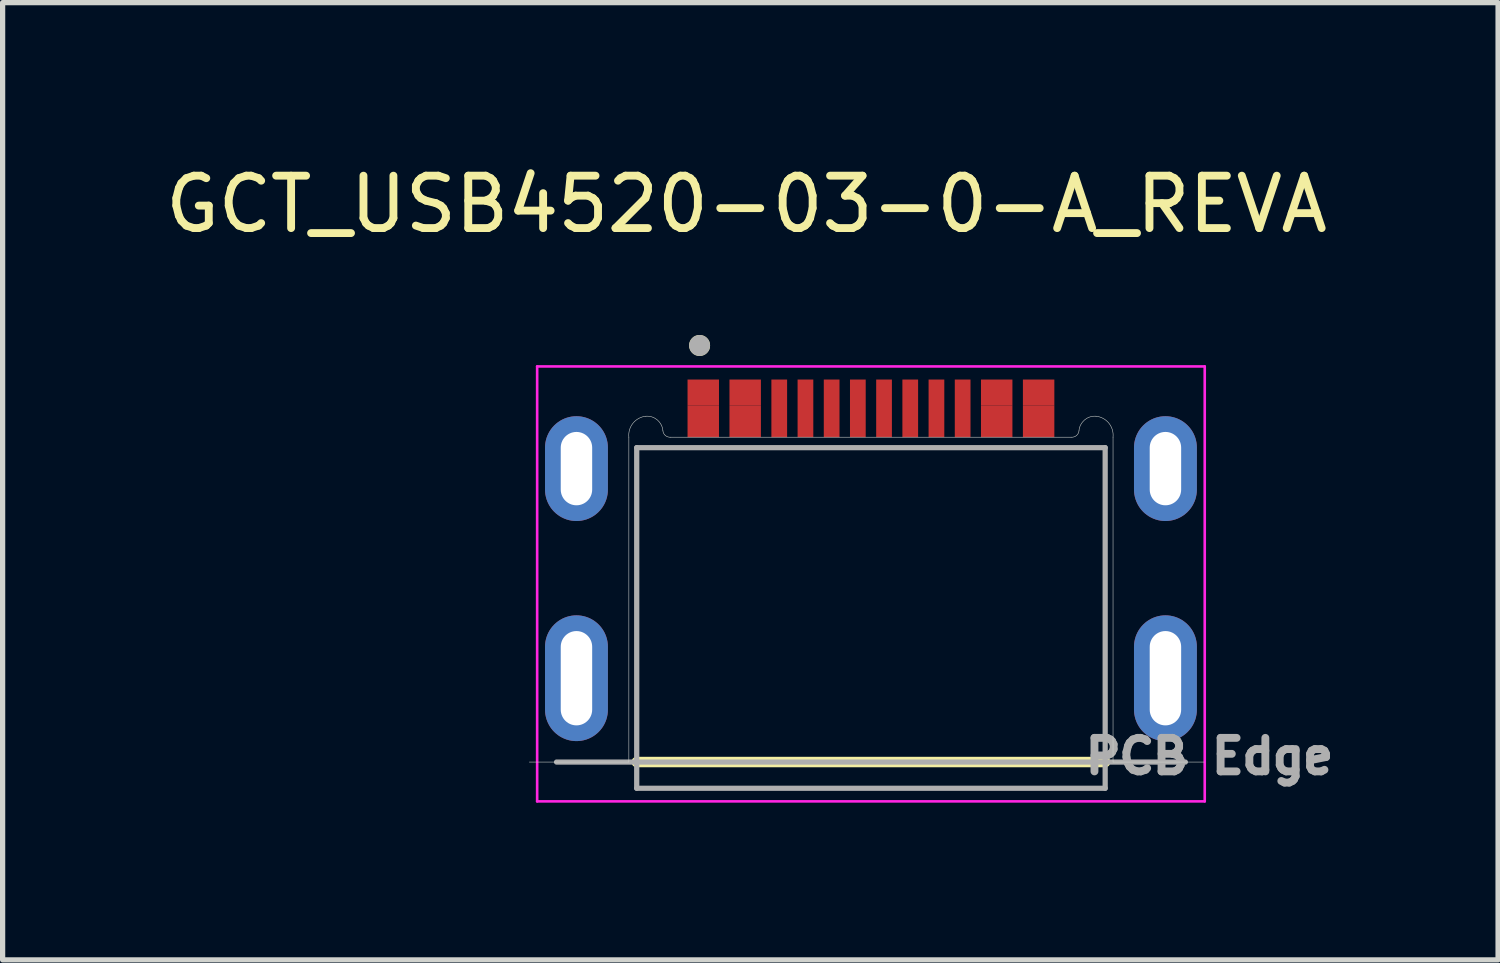
<source format=kicad_pcb>
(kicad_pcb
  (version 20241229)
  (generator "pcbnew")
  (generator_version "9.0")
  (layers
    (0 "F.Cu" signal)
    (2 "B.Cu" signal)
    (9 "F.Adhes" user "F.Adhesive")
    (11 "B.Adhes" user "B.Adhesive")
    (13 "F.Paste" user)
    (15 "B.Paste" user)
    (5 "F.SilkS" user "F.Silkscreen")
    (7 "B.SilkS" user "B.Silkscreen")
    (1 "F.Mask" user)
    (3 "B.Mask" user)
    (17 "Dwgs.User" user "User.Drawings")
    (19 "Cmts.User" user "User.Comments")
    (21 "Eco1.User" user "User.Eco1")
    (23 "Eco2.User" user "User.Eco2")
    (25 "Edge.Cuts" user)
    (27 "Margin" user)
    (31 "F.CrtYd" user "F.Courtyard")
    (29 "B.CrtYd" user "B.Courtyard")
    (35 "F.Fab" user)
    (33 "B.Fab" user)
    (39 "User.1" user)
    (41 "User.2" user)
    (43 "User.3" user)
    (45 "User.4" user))
  (footprint "GCT_USB4520-03-0-A_REVA"
    (layer "F.Cu")
    (at 13.571 9.893)
    (property "Reference" "GCT_USB4520-03-0-A_REVA" (at -2.375 -9.045 0) (layer "F.SilkS") (effects (font (size 1 1) (thickness 0.15))))
    (attr smd)
    (fp_poly (pts (xy -6.22 -3.6) (xy -6.22 -4.4) (xy -6.219 -4.431) (xy -6.217 -4.463) (xy -6.213 -4.494) (xy -6.207 -4.525) (xy -6.2 -4.555) (xy -6.191 -4.585) (xy -6.18 -4.615) (xy -6.168 -4.644) (xy -6.155 -4.672) (xy -6.14 -4.7) (xy -6.123 -4.727) (xy -6.105 -4.753) (xy -6.086 -4.778) (xy -6.066 -4.801) (xy -6.044 -4.824) (xy -6.021 -4.846) (xy -5.998 -4.866) (xy -5.973 -4.885) (xy -5.947 -4.903) (xy -5.92 -4.92) (xy -5.892 -4.935) (xy -5.864 -4.948) (xy -5.835 -4.96) (xy -5.805 -4.971) (xy -5.775 -4.98) (xy -5.745 -4.987) (xy -5.714 -4.993) (xy -5.683 -4.997) (xy -5.651 -4.999) (xy -5.62 -5) (xy -5.589 -4.999) (xy -5.557 -4.997) (xy -5.526 -4.993) (xy -5.495 -4.987) (xy -5.465 -4.98) (xy -5.435 -4.971) (xy -5.405 -4.96) (xy -5.376 -4.948) (xy -5.348 -4.935) (xy -5.32 -4.92) (xy -5.293 -4.903) (xy -5.267 -4.885) (xy -5.242 -4.866) (xy -5.219 -4.846) (xy -5.196 -4.824) (xy -5.174 -4.801) (xy -5.154 -4.778) (xy -5.135 -4.753) (xy -5.117 -4.727) (xy -5.1 -4.7) (xy -5.085 -4.672) (xy -5.072 -4.644) (xy -5.06 -4.615) (xy -5.049 -4.585) (xy -5.04 -4.555) (xy -5.033 -4.525) (xy -5.027 -4.494) (xy -5.023 -4.463) (xy -5.021 -4.431) (xy -5.02 -4.4) (xy -5.02 -3.6) (xy -5.021 -3.569) (xy -5.023 -3.537) (xy -5.027 -3.506) (xy -5.033 -3.475) (xy -5.04 -3.445) (xy -5.049 -3.415) (xy -5.06 -3.385) (xy -5.072 -3.356) (xy -5.085 -3.328) (xy -5.1 -3.3) (xy -5.117 -3.273) (xy -5.135 -3.247) (xy -5.154 -3.222) (xy -5.174 -3.199) (xy -5.196 -3.176) (xy -5.219 -3.154) (xy -5.242 -3.134) (xy -5.267 -3.115) (xy -5.293 -3.097) (xy -5.32 -3.08) (xy -5.348 -3.065) (xy -5.376 -3.052) (xy -5.405 -3.04) (xy -5.435 -3.029) (xy -5.465 -3.02) (xy -5.495 -3.013) (xy -5.526 -3.007) (xy -5.557 -3.003) (xy -5.589 -3.001) (xy -5.62 -3) (xy -5.651 -3.001) (xy -5.683 -3.003) (xy -5.714 -3.007) (xy -5.745 -3.013) (xy -5.775 -3.02) (xy -5.805 -3.029) (xy -5.835 -3.04) (xy -5.864 -3.052) (xy -5.892 -3.065) (xy -5.92 -3.08) (xy -5.947 -3.097) (xy -5.973 -3.115) (xy -5.998 -3.134) (xy -6.021 -3.154) (xy -6.044 -3.176) (xy -6.066 -3.199) (xy -6.086 -3.222) (xy -6.105 -3.247) (xy -6.123 -3.273) (xy -6.14 -3.3) (xy -6.155 -3.328) (xy -6.168 -3.356) (xy -6.18 -3.385) (xy -6.191 -3.415) (xy -6.2 -3.445) (xy -6.207 -3.475) (xy -6.213 -3.506) (xy -6.217 -3.537) (xy -6.219 -3.569) (xy -6.22 -3.6)) (stroke (width 0.01) (type solid)) (fill yes) (layer "F.Mask"))
    (fp_poly (pts (xy -6.22 0.6) (xy -6.22 -0.6) (xy -6.219 -0.631) (xy -6.217 -0.663) (xy -6.213 -0.694) (xy -6.207 -0.725) (xy -6.2 -0.755) (xy -6.191 -0.785) (xy -6.18 -0.815) (xy -6.168 -0.844) (xy -6.155 -0.872) (xy -6.14 -0.9) (xy -6.123 -0.927) (xy -6.105 -0.953) (xy -6.086 -0.978) (xy -6.066 -1.001) (xy -6.044 -1.024) (xy -6.021 -1.046) (xy -5.998 -1.066) (xy -5.973 -1.085) (xy -5.947 -1.103) (xy -5.92 -1.12) (xy -5.892 -1.135) (xy -5.864 -1.148) (xy -5.835 -1.16) (xy -5.805 -1.171) (xy -5.775 -1.18) (xy -5.745 -1.187) (xy -5.714 -1.193) (xy -5.683 -1.197) (xy -5.651 -1.199) (xy -5.62 -1.2) (xy -5.589 -1.199) (xy -5.557 -1.197) (xy -5.526 -1.193) (xy -5.495 -1.187) (xy -5.465 -1.18) (xy -5.435 -1.171) (xy -5.405 -1.16) (xy -5.376 -1.148) (xy -5.348 -1.135) (xy -5.32 -1.12) (xy -5.293 -1.103) (xy -5.267 -1.085) (xy -5.242 -1.066) (xy -5.219 -1.046) (xy -5.196 -1.024) (xy -5.174 -1.001) (xy -5.154 -0.978) (xy -5.135 -0.953) (xy -5.117 -0.927) (xy -5.1 -0.9) (xy -5.085 -0.872) (xy -5.072 -0.844) (xy -5.06 -0.815) (xy -5.049 -0.785) (xy -5.04 -0.755) (xy -5.033 -0.725) (xy -5.027 -0.694) (xy -5.023 -0.663) (xy -5.021 -0.631) (xy -5.02 -0.6) (xy -5.02 0.6) (xy -5.021 0.631) (xy -5.023 0.663) (xy -5.027 0.694) (xy -5.033 0.725) (xy -5.04 0.755) (xy -5.049 0.785) (xy -5.06 0.815) (xy -5.072 0.844) (xy -5.085 0.872) (xy -5.1 0.9) (xy -5.117 0.927) (xy -5.135 0.953) (xy -5.154 0.978) (xy -5.174 1.001) (xy -5.196 1.024) (xy -5.219 1.046) (xy -5.242 1.066) (xy -5.267 1.085) (xy -5.293 1.103) (xy -5.32 1.12) (xy -5.348 1.135) (xy -5.376 1.148) (xy -5.405 1.16) (xy -5.435 1.171) (xy -5.465 1.18) (xy -5.495 1.187) (xy -5.526 1.193) (xy -5.557 1.197) (xy -5.589 1.199) (xy -5.62 1.2) (xy -5.651 1.199) (xy -5.683 1.197) (xy -5.714 1.193) (xy -5.745 1.187) (xy -5.775 1.18) (xy -5.805 1.171) (xy -5.835 1.16) (xy -5.864 1.148) (xy -5.892 1.135) (xy -5.92 1.12) (xy -5.947 1.103) (xy -5.973 1.085) (xy -5.998 1.066) (xy -6.021 1.046) (xy -6.044 1.024) (xy -6.066 1.001) (xy -6.086 0.978) (xy -6.105 0.953) (xy -6.123 0.927) (xy -6.14 0.9) (xy -6.155 0.872) (xy -6.168 0.844) (xy -6.18 0.815) (xy -6.191 0.785) (xy -6.2 0.755) (xy -6.207 0.725) (xy -6.213 0.694) (xy -6.217 0.663) (xy -6.219 0.631) (xy -6.22 0.6)) (stroke (width 0.01) (type solid)) (fill yes) (layer "F.Mask"))
    (fp_poly (pts (xy 5.02 -3.6) (xy 5.02 -4.4) (xy 5.021 -4.431) (xy 5.023 -4.463) (xy 5.027 -4.494) (xy 5.033 -4.525) (xy 5.04 -4.555) (xy 5.049 -4.585) (xy 5.06 -4.615) (xy 5.072 -4.644) (xy 5.085 -4.672) (xy 5.1 -4.7) (xy 5.117 -4.727) (xy 5.135 -4.753) (xy 5.154 -4.778) (xy 5.174 -4.801) (xy 5.196 -4.824) (xy 5.219 -4.846) (xy 5.242 -4.866) (xy 5.267 -4.885) (xy 5.293 -4.903) (xy 5.32 -4.92) (xy 5.348 -4.935) (xy 5.376 -4.948) (xy 5.405 -4.96) (xy 5.435 -4.971) (xy 5.465 -4.98) (xy 5.495 -4.987) (xy 5.526 -4.993) (xy 5.557 -4.997) (xy 5.589 -4.999) (xy 5.62 -5) (xy 5.651 -4.999) (xy 5.683 -4.997) (xy 5.714 -4.993) (xy 5.745 -4.987) (xy 5.775 -4.98) (xy 5.805 -4.971) (xy 5.835 -4.96) (xy 5.864 -4.948) (xy 5.892 -4.935) (xy 5.92 -4.92) (xy 5.947 -4.903) (xy 5.973 -4.885) (xy 5.998 -4.866) (xy 6.021 -4.846) (xy 6.044 -4.824) (xy 6.066 -4.801) (xy 6.086 -4.778) (xy 6.105 -4.753) (xy 6.123 -4.727) (xy 6.14 -4.7) (xy 6.155 -4.672) (xy 6.168 -4.644) (xy 6.18 -4.615) (xy 6.191 -4.585) (xy 6.2 -4.555) (xy 6.207 -4.525) (xy 6.213 -4.494) (xy 6.217 -4.463) (xy 6.219 -4.431) (xy 6.22 -4.4) (xy 6.22 -3.6) (xy 6.219 -3.569) (xy 6.217 -3.537) (xy 6.213 -3.506) (xy 6.207 -3.475) (xy 6.2 -3.445) (xy 6.191 -3.415) (xy 6.18 -3.385) (xy 6.168 -3.356) (xy 6.155 -3.328) (xy 6.14 -3.3) (xy 6.123 -3.273) (xy 6.105 -3.247) (xy 6.086 -3.222) (xy 6.066 -3.199) (xy 6.044 -3.176) (xy 6.021 -3.154) (xy 5.998 -3.134) (xy 5.973 -3.115) (xy 5.947 -3.097) (xy 5.92 -3.08) (xy 5.892 -3.065) (xy 5.864 -3.052) (xy 5.835 -3.04) (xy 5.805 -3.029) (xy 5.775 -3.02) (xy 5.745 -3.013) (xy 5.714 -3.007) (xy 5.683 -3.003) (xy 5.651 -3.001) (xy 5.62 -3) (xy 5.589 -3.001) (xy 5.557 -3.003) (xy 5.526 -3.007) (xy 5.495 -3.013) (xy 5.465 -3.02) (xy 5.435 -3.029) (xy 5.405 -3.04) (xy 5.376 -3.052) (xy 5.348 -3.065) (xy 5.32 -3.08) (xy 5.293 -3.097) (xy 5.267 -3.115) (xy 5.242 -3.134) (xy 5.219 -3.154) (xy 5.196 -3.176) (xy 5.174 -3.199) (xy 5.154 -3.222) (xy 5.135 -3.247) (xy 5.117 -3.273) (xy 5.1 -3.3) (xy 5.085 -3.328) (xy 5.072 -3.356) (xy 5.06 -3.385) (xy 5.049 -3.415) (xy 5.04 -3.445) (xy 5.033 -3.475) (xy 5.027 -3.506) (xy 5.023 -3.537) (xy 5.021 -3.569) (xy 5.02 -3.6)) (stroke (width 0.01) (type solid)) (fill yes) (layer "F.Mask"))
    (fp_poly (pts (xy 5.02 0) (xy 5.02 -0.6) (xy 5.021 -0.631) (xy 5.023 -0.663) (xy 5.027 -0.694) (xy 5.033 -0.725) (xy 5.04 -0.755) (xy 5.049 -0.785) (xy 5.06 -0.815) (xy 5.072 -0.844) (xy 5.085 -0.872) (xy 5.1 -0.9) (xy 5.117 -0.927) (xy 5.135 -0.953) (xy 5.154 -0.978) (xy 5.174 -1.001) (xy 5.196 -1.024) (xy 5.219 -1.046) (xy 5.242 -1.066) (xy 5.267 -1.085) (xy 5.293 -1.103) (xy 5.32 -1.12) (xy 5.348 -1.135) (xy 5.376 -1.148) (xy 5.405 -1.16) (xy 5.435 -1.171) (xy 5.465 -1.18) (xy 5.495 -1.187) (xy 5.526 -1.193) (xy 5.557 -1.197) (xy 5.589 -1.199) (xy 5.62 -1.2) (xy 5.651 -1.199) (xy 5.683 -1.197) (xy 5.714 -1.193) (xy 5.745 -1.187) (xy 5.775 -1.18) (xy 5.805 -1.171) (xy 5.835 -1.16) (xy 5.864 -1.148) (xy 5.892 -1.135) (xy 5.92 -1.12) (xy 5.947 -1.103) (xy 5.973 -1.085) (xy 5.998 -1.066) (xy 6.021 -1.046) (xy 6.044 -1.024) (xy 6.066 -1.001) (xy 6.086 -0.978) (xy 6.105 -0.953) (xy 6.123 -0.927) (xy 6.14 -0.9) (xy 6.155 -0.872) (xy 6.168 -0.844) (xy 6.18 -0.815) (xy 6.191 -0.785) (xy 6.2 -0.755) (xy 6.207 -0.725) (xy 6.213 -0.694) (xy 6.217 -0.663) (xy 6.219 -0.631) (xy 6.22 -0.6) (xy 6.22 0) (xy 6.22 0.6) (xy 6.219 0.631) (xy 6.217 0.663) (xy 6.213 0.694) (xy 6.207 0.725) (xy 6.2 0.755) (xy 6.191 0.785) (xy 6.18 0.815) (xy 6.168 0.844) (xy 6.155 0.872) (xy 6.14 0.9) (xy 6.123 0.927) (xy 6.105 0.953) (xy 6.086 0.978) (xy 6.066 1.001) (xy 6.044 1.024) (xy 6.021 1.046) (xy 5.998 1.066) (xy 5.973 1.085) (xy 5.947 1.103) (xy 5.92 1.12) (xy 5.892 1.135) (xy 5.864 1.148) (xy 5.835 1.16) (xy 5.805 1.171) (xy 5.775 1.18) (xy 5.745 1.187) (xy 5.714 1.193) (xy 5.683 1.197) (xy 5.651 1.199) (xy 5.62 1.2) (xy 5.589 1.199) (xy 5.557 1.197) (xy 5.526 1.193) (xy 5.495 1.187) (xy 5.465 1.18) (xy 5.435 1.171) (xy 5.405 1.16) (xy 5.376 1.148) (xy 5.348 1.135) (xy 5.32 1.12) (xy 5.293 1.103) (xy 5.267 1.085) (xy 5.242 1.066) (xy 5.219 1.046) (xy 5.196 1.024) (xy 5.174 1.001) (xy 5.154 0.978) (xy 5.135 0.953) (xy 5.117 0.927) (xy 5.1 0.9) (xy 5.085 0.872) (xy 5.072 0.844) (xy 5.06 0.815) (xy 5.049 0.785) (xy 5.04 0.755) (xy 5.033 0.725) (xy 5.027 0.694) (xy 5.023 0.663) (xy 5.021 0.631) (xy 5.02 0.6) (xy 5.02 0)) (stroke (width 0.01) (type solid)) (fill yes) (layer "F.Mask"))
    (fp_poly (pts (xy -6.22 -3.6) (xy -6.22 -4.4) (xy -6.219 -4.431) (xy -6.217 -4.463) (xy -6.213 -4.494) (xy -6.207 -4.525) (xy -6.2 -4.555) (xy -6.191 -4.585) (xy -6.18 -4.615) (xy -6.168 -4.644) (xy -6.155 -4.672) (xy -6.14 -4.7) (xy -6.123 -4.727) (xy -6.105 -4.753) (xy -6.086 -4.778) (xy -6.066 -4.801) (xy -6.044 -4.824) (xy -6.021 -4.846) (xy -5.998 -4.866) (xy -5.973 -4.885) (xy -5.947 -4.903) (xy -5.92 -4.92) (xy -5.892 -4.935) (xy -5.864 -4.948) (xy -5.835 -4.96) (xy -5.805 -4.971) (xy -5.775 -4.98) (xy -5.745 -4.987) (xy -5.714 -4.993) (xy -5.683 -4.997) (xy -5.651 -4.999) (xy -5.62 -5) (xy -5.589 -4.999) (xy -5.557 -4.997) (xy -5.526 -4.993) (xy -5.495 -4.987) (xy -5.465 -4.98) (xy -5.435 -4.971) (xy -5.405 -4.96) (xy -5.376 -4.948) (xy -5.348 -4.935) (xy -5.32 -4.92) (xy -5.293 -4.903) (xy -5.267 -4.885) (xy -5.242 -4.866) (xy -5.219 -4.846) (xy -5.196 -4.824) (xy -5.174 -4.801) (xy -5.154 -4.778) (xy -5.135 -4.753) (xy -5.117 -4.727) (xy -5.1 -4.7) (xy -5.085 -4.672) (xy -5.072 -4.644) (xy -5.06 -4.615) (xy -5.049 -4.585) (xy -5.04 -4.555) (xy -5.033 -4.525) (xy -5.027 -4.494) (xy -5.023 -4.463) (xy -5.021 -4.431) (xy -5.02 -4.4) (xy -5.02 -3.6) (xy -5.021 -3.569) (xy -5.023 -3.537) (xy -5.027 -3.506) (xy -5.033 -3.475) (xy -5.04 -3.445) (xy -5.049 -3.415) (xy -5.06 -3.385) (xy -5.072 -3.356) (xy -5.085 -3.328) (xy -5.1 -3.3) (xy -5.117 -3.273) (xy -5.135 -3.247) (xy -5.154 -3.222) (xy -5.174 -3.199) (xy -5.196 -3.176) (xy -5.219 -3.154) (xy -5.242 -3.134) (xy -5.267 -3.115) (xy -5.293 -3.097) (xy -5.32 -3.08) (xy -5.348 -3.065) (xy -5.376 -3.052) (xy -5.405 -3.04) (xy -5.435 -3.029) (xy -5.465 -3.02) (xy -5.495 -3.013) (xy -5.526 -3.007) (xy -5.557 -3.003) (xy -5.589 -3.001) (xy -5.62 -3) (xy -5.651 -3.001) (xy -5.683 -3.003) (xy -5.714 -3.007) (xy -5.745 -3.013) (xy -5.775 -3.02) (xy -5.805 -3.029) (xy -5.835 -3.04) (xy -5.864 -3.052) (xy -5.892 -3.065) (xy -5.92 -3.08) (xy -5.947 -3.097) (xy -5.973 -3.115) (xy -5.998 -3.134) (xy -6.021 -3.154) (xy -6.044 -3.176) (xy -6.066 -3.199) (xy -6.086 -3.222) (xy -6.105 -3.247) (xy -6.123 -3.273) (xy -6.14 -3.3) (xy -6.155 -3.328) (xy -6.168 -3.356) (xy -6.18 -3.385) (xy -6.191 -3.415) (xy -6.2 -3.445) (xy -6.207 -3.475) (xy -6.213 -3.506) (xy -6.217 -3.537) (xy -6.219 -3.569) (xy -6.22 -3.6)) (stroke (width 0.01) (type solid)) (fill yes) (layer "B.Mask"))
    (fp_poly (pts (xy -6.22 0.6) (xy -6.22 -0.6) (xy -6.219 -0.631) (xy -6.217 -0.663) (xy -6.213 -0.694) (xy -6.207 -0.725) (xy -6.2 -0.755) (xy -6.191 -0.785) (xy -6.18 -0.815) (xy -6.168 -0.844) (xy -6.155 -0.872) (xy -6.14 -0.9) (xy -6.123 -0.927) (xy -6.105 -0.953) (xy -6.086 -0.978) (xy -6.066 -1.001) (xy -6.044 -1.024) (xy -6.021 -1.046) (xy -5.998 -1.066) (xy -5.973 -1.085) (xy -5.947 -1.103) (xy -5.92 -1.12) (xy -5.892 -1.135) (xy -5.864 -1.148) (xy -5.835 -1.16) (xy -5.805 -1.171) (xy -5.775 -1.18) (xy -5.745 -1.187) (xy -5.714 -1.193) (xy -5.683 -1.197) (xy -5.651 -1.199) (xy -5.62 -1.2) (xy -5.589 -1.199) (xy -5.557 -1.197) (xy -5.526 -1.193) (xy -5.495 -1.187) (xy -5.465 -1.18) (xy -5.435 -1.171) (xy -5.405 -1.16) (xy -5.376 -1.148) (xy -5.348 -1.135) (xy -5.32 -1.12) (xy -5.293 -1.103) (xy -5.267 -1.085) (xy -5.242 -1.066) (xy -5.219 -1.046) (xy -5.196 -1.024) (xy -5.174 -1.001) (xy -5.154 -0.978) (xy -5.135 -0.953) (xy -5.117 -0.927) (xy -5.1 -0.9) (xy -5.085 -0.872) (xy -5.072 -0.844) (xy -5.06 -0.815) (xy -5.049 -0.785) (xy -5.04 -0.755) (xy -5.033 -0.725) (xy -5.027 -0.694) (xy -5.023 -0.663) (xy -5.021 -0.631) (xy -5.02 -0.6) (xy -5.02 0.6) (xy -5.021 0.631) (xy -5.023 0.663) (xy -5.027 0.694) (xy -5.033 0.725) (xy -5.04 0.755) (xy -5.049 0.785) (xy -5.06 0.815) (xy -5.072 0.844) (xy -5.085 0.872) (xy -5.1 0.9) (xy -5.117 0.927) (xy -5.135 0.953) (xy -5.154 0.978) (xy -5.174 1.001) (xy -5.196 1.024) (xy -5.219 1.046) (xy -5.242 1.066) (xy -5.267 1.085) (xy -5.293 1.103) (xy -5.32 1.12) (xy -5.348 1.135) (xy -5.376 1.148) (xy -5.405 1.16) (xy -5.435 1.171) (xy -5.465 1.18) (xy -5.495 1.187) (xy -5.526 1.193) (xy -5.557 1.197) (xy -5.589 1.199) (xy -5.62 1.2) (xy -5.651 1.199) (xy -5.683 1.197) (xy -5.714 1.193) (xy -5.745 1.187) (xy -5.775 1.18) (xy -5.805 1.171) (xy -5.835 1.16) (xy -5.864 1.148) (xy -5.892 1.135) (xy -5.92 1.12) (xy -5.947 1.103) (xy -5.973 1.085) (xy -5.998 1.066) (xy -6.021 1.046) (xy -6.044 1.024) (xy -6.066 1.001) (xy -6.086 0.978) (xy -6.105 0.953) (xy -6.123 0.927) (xy -6.14 0.9) (xy -6.155 0.872) (xy -6.168 0.844) (xy -6.18 0.815) (xy -6.191 0.785) (xy -6.2 0.755) (xy -6.207 0.725) (xy -6.213 0.694) (xy -6.217 0.663) (xy -6.219 0.631) (xy -6.22 0.6)) (stroke (width 0.01) (type solid)) (fill yes) (layer "B.Mask"))
    (fp_poly (pts (xy 5.02 -3.6) (xy 5.02 -4.4) (xy 5.021 -4.431) (xy 5.023 -4.463) (xy 5.027 -4.494) (xy 5.033 -4.525) (xy 5.04 -4.555) (xy 5.049 -4.585) (xy 5.06 -4.615) (xy 5.072 -4.644) (xy 5.085 -4.672) (xy 5.1 -4.7) (xy 5.117 -4.727) (xy 5.135 -4.753) (xy 5.154 -4.778) (xy 5.174 -4.801) (xy 5.196 -4.824) (xy 5.219 -4.846) (xy 5.242 -4.866) (xy 5.267 -4.885) (xy 5.293 -4.903) (xy 5.32 -4.92) (xy 5.348 -4.935) (xy 5.376 -4.948) (xy 5.405 -4.96) (xy 5.435 -4.971) (xy 5.465 -4.98) (xy 5.495 -4.987) (xy 5.526 -4.993) (xy 5.557 -4.997) (xy 5.589 -4.999) (xy 5.62 -5) (xy 5.651 -4.999) (xy 5.683 -4.997) (xy 5.714 -4.993) (xy 5.745 -4.987) (xy 5.775 -4.98) (xy 5.805 -4.971) (xy 5.835 -4.96) (xy 5.864 -4.948) (xy 5.892 -4.935) (xy 5.92 -4.92) (xy 5.947 -4.903) (xy 5.973 -4.885) (xy 5.998 -4.866) (xy 6.021 -4.846) (xy 6.044 -4.824) (xy 6.066 -4.801) (xy 6.086 -4.778) (xy 6.105 -4.753) (xy 6.123 -4.727) (xy 6.14 -4.7) (xy 6.155 -4.672) (xy 6.168 -4.644) (xy 6.18 -4.615) (xy 6.191 -4.585) (xy 6.2 -4.555) (xy 6.207 -4.525) (xy 6.213 -4.494) (xy 6.217 -4.463) (xy 6.219 -4.431) (xy 6.22 -4.4) (xy 6.22 -3.6) (xy 6.219 -3.569) (xy 6.217 -3.537) (xy 6.213 -3.506) (xy 6.207 -3.475) (xy 6.2 -3.445) (xy 6.191 -3.415) (xy 6.18 -3.385) (xy 6.168 -3.356) (xy 6.155 -3.328) (xy 6.14 -3.3) (xy 6.123 -3.273) (xy 6.105 -3.247) (xy 6.086 -3.222) (xy 6.066 -3.199) (xy 6.044 -3.176) (xy 6.021 -3.154) (xy 5.998 -3.134) (xy 5.973 -3.115) (xy 5.947 -3.097) (xy 5.92 -3.08) (xy 5.892 -3.065) (xy 5.864 -3.052) (xy 5.835 -3.04) (xy 5.805 -3.029) (xy 5.775 -3.02) (xy 5.745 -3.013) (xy 5.714 -3.007) (xy 5.683 -3.003) (xy 5.651 -3.001) (xy 5.62 -3) (xy 5.589 -3.001) (xy 5.557 -3.003) (xy 5.526 -3.007) (xy 5.495 -3.013) (xy 5.465 -3.02) (xy 5.435 -3.029) (xy 5.405 -3.04) (xy 5.376 -3.052) (xy 5.348 -3.065) (xy 5.32 -3.08) (xy 5.293 -3.097) (xy 5.267 -3.115) (xy 5.242 -3.134) (xy 5.219 -3.154) (xy 5.196 -3.176) (xy 5.174 -3.199) (xy 5.154 -3.222) (xy 5.135 -3.247) (xy 5.117 -3.273) (xy 5.1 -3.3) (xy 5.085 -3.328) (xy 5.072 -3.356) (xy 5.06 -3.385) (xy 5.049 -3.415) (xy 5.04 -3.445) (xy 5.033 -3.475) (xy 5.027 -3.506) (xy 5.023 -3.537) (xy 5.021 -3.569) (xy 5.02 -3.6)) (stroke (width 0.01) (type solid)) (fill yes) (layer "B.Mask"))
    (fp_poly (pts (xy 5.02 0.6) (xy 5.02 -0.6) (xy 5.021 -0.631) (xy 5.023 -0.663) (xy 5.027 -0.694) (xy 5.033 -0.725) (xy 5.04 -0.755) (xy 5.049 -0.785) (xy 5.06 -0.815) (xy 5.072 -0.844) (xy 5.085 -0.872) (xy 5.1 -0.9) (xy 5.117 -0.927) (xy 5.135 -0.953) (xy 5.154 -0.978) (xy 5.174 -1.001) (xy 5.196 -1.024) (xy 5.219 -1.046) (xy 5.242 -1.066) (xy 5.267 -1.085) (xy 5.293 -1.103) (xy 5.32 -1.12) (xy 5.348 -1.135) (xy 5.376 -1.148) (xy 5.405 -1.16) (xy 5.435 -1.171) (xy 5.465 -1.18) (xy 5.495 -1.187) (xy 5.526 -1.193) (xy 5.557 -1.197) (xy 5.589 -1.199) (xy 5.62 -1.2) (xy 5.651 -1.199) (xy 5.683 -1.197) (xy 5.714 -1.193) (xy 5.745 -1.187) (xy 5.775 -1.18) (xy 5.805 -1.171) (xy 5.835 -1.16) (xy 5.864 -1.148) (xy 5.892 -1.135) (xy 5.92 -1.12) (xy 5.947 -1.103) (xy 5.973 -1.085) (xy 5.998 -1.066) (xy 6.021 -1.046) (xy 6.044 -1.024) (xy 6.066 -1.001) (xy 6.086 -0.978) (xy 6.105 -0.953) (xy 6.123 -0.927) (xy 6.14 -0.9) (xy 6.155 -0.872) (xy 6.168 -0.844) (xy 6.18 -0.815) (xy 6.191 -0.785) (xy 6.2 -0.755) (xy 6.207 -0.725) (xy 6.213 -0.694) (xy 6.217 -0.663) (xy 6.219 -0.631) (xy 6.22 -0.6) (xy 6.22 0.6) (xy 6.219 0.631) (xy 6.217 0.663) (xy 6.213 0.694) (xy 6.207 0.725) (xy 6.2 0.755) (xy 6.191 0.785) (xy 6.18 0.815) (xy 6.168 0.844) (xy 6.155 0.872) (xy 6.14 0.9) (xy 6.123 0.927) (xy 6.105 0.953) (xy 6.086 0.978) (xy 6.066 1.001) (xy 6.044 1.024) (xy 6.021 1.046) (xy 5.998 1.066) (xy 5.973 1.085) (xy 5.947 1.103) (xy 5.92 1.12) (xy 5.892 1.135) (xy 5.864 1.148) (xy 5.835 1.16) (xy 5.805 1.171) (xy 5.775 1.18) (xy 5.745 1.187) (xy 5.714 1.193) (xy 5.683 1.197) (xy 5.651 1.199) (xy 5.62 1.2) (xy 5.589 1.199) (xy 5.557 1.197) (xy 5.526 1.193) (xy 5.495 1.187) (xy 5.465 1.18) (xy 5.435 1.171) (xy 5.405 1.16) (xy 5.376 1.148) (xy 5.348 1.135) (xy 5.32 1.12) (xy 5.293 1.103) (xy 5.267 1.085) (xy 5.242 1.066) (xy 5.219 1.046) (xy 5.196 1.024) (xy 5.174 1.001) (xy 5.154 0.978) (xy 5.135 0.953) (xy 5.117 0.927) (xy 5.1 0.9) (xy 5.085 0.872) (xy 5.072 0.844) (xy 5.06 0.815) (xy 5.049 0.785) (xy 5.04 0.755) (xy 5.033 0.725) (xy 5.027 0.694) (xy 5.023 0.663) (xy 5.021 0.631) (xy 5.02 0.6)) (stroke (width 0.01) (type solid)) (fill yes) (layer "B.Mask"))
    (fp_line (start -4.47 1.6) (end 4.47 1.6) (stroke (width 0.2) (type solid)) (layer "F.SilkS"))
    (fp_circle (center -3.27 -6.35) (end -3.17 -6.35) (stroke (width 0.2) (type solid)) (fill no) (layer "F.SilkS"))
    (fp_line (start -6.52 1.6) (end -4.62 1.6) (stroke (width 0.01) (type solid)) (layer "Edge.Cuts"))
    (fp_line (start -4.62 1.6) (end -4.62 -4.6) (stroke (width 0.01) (type solid)) (layer "Edge.Cuts"))
    (fp_line (start -3.82 -4.6) (end 3.82 -4.6) (stroke (width 0.01) (type solid)) (layer "Edge.Cuts"))
    (fp_line (start 4.62 -4.6) (end 4.62 1.6) (stroke (width 0.01) (type solid)) (layer "Edge.Cuts"))
    (fp_line (start 4.62 1.6) (end 6.36 1.6) (stroke (width 0.01) (type solid)) (layer "Edge.Cuts"))
    (fp_arc (start -4.62 -4.6) (mid -4.540343 -4.86731) (end -4.295 -5) (stroke (width 0.01) (type solid)) (layer "Edge.Cuts"))
    (fp_arc (start -4.295 -5) (mid -4.07451 -4.92731) (end -3.97 -4.72) (stroke (width 0.01) (type solid)) (layer "Edge.Cuts"))
    (fp_arc (start -3.82 -4.6) (mid -3.919853 -4.628934) (end -3.97 -4.72) (stroke (width 0.01) (type solid)) (layer "Edge.Cuts"))
    (fp_arc (start 3.97 -4.72) (mid 3.919853 -4.628934) (end 3.82 -4.6) (stroke (width 0.01) (type solid)) (layer "Edge.Cuts"))
    (fp_arc (start 3.97 -4.72) (mid 4.07451 -4.92731) (end 4.295 -5) (stroke (width 0.01) (type solid)) (layer "Edge.Cuts"))
    (fp_arc (start 4.295 -5) (mid 4.540343 -4.86731) (end 4.62 -4.6) (stroke (width 0.01) (type solid)) (layer "Edge.Cuts"))
    (fp_line (start -6.37 -5.95) (end 6.37 -5.95) (stroke (width 0.05) (type solid)) (layer "F.CrtYd"))
    (fp_line (start -6.37 2.35) (end -6.37 -5.95) (stroke (width 0.05) (type solid)) (layer "F.CrtYd"))
    (fp_line (start -6.37 2.35) (end 6.37 2.35) (stroke (width 0.05) (type solid)) (layer "F.CrtYd"))
    (fp_line (start 6.37 2.35) (end 6.37 -5.95) (stroke (width 0.05) (type solid)) (layer "F.CrtYd"))
    (fp_line (start -6 1.6) (end 6 1.6) (stroke (width 0.1) (type solid)) (layer "F.Fab"))
    (fp_line (start -4.47 -4.4) (end 4.47 -4.4) (stroke (width 0.1) (type solid)) (layer "F.Fab"))
    (fp_line (start -4.47 2.1) (end -4.47 -4.4) (stroke (width 0.1) (type solid)) (layer "F.Fab"))
    (fp_line (start -4.47 2.1) (end 4.47 2.1) (stroke (width 0.1) (type solid)) (layer "F.Fab"))
    (fp_line (start 4.47 2.1) (end 4.47 -4.4) (stroke (width 0.1) (type solid)) (layer "F.Fab"))
    (fp_circle (center -3.27 -6.35) (end -3.17 -6.35) (stroke (width 0.2) (type solid)) (fill no) (layer "F.Fab"))
    (fp_text user "PCB Edge" (at 6.46 1.49 0) (layer "F.Fab") (effects (font (size 0.64 0.64) (thickness 0.15))))
    (pad "A1" connect rect (at -3.2 -5.45) (size 0.6 0.5) (layers "F.Cu" "F.Mask"))
    (pad "A4" connect rect (at -2.4 -5.45) (size 0.6 0.5) (layers "F.Cu" "F.Mask"))
    (pad "A5" connect rect (at -1.25 -5.15) (size 0.3 1.1) (layers "F.Cu" "F.Mask"))
    (pad "A6" connect rect (at -0.25 -5.15) (size 0.3 1.1) (layers "F.Cu" "F.Mask"))
    (pad "A7" connect rect (at 0.25 -5.15) (size 0.3 1.1) (layers "F.Cu" "F.Mask"))
    (pad "A8" connect rect (at 1.25 -5.15) (size 0.3 1.1) (layers "F.Cu" "F.Mask"))
    (pad "A9" connect rect (at 2.4 -5.45) (size 0.6 0.5) (layers "F.Cu" "F.Mask"))
    (pad "A12" connect rect (at 3.2 -5.45) (size 0.6 0.5) (layers "F.Cu" "F.Mask"))
    (pad "B1" connect rect (at 3.2 -4.9) (size 0.6 0.6) (layers "F.Cu" "F.Mask"))
    (pad "B4" connect rect (at 2.4 -4.9) (size 0.6 0.6) (layers "F.Cu" "F.Mask"))
    (pad "B5" connect rect (at 1.75 -5.15) (size 0.3 1.1) (layers "F.Cu" "F.Mask"))
    (pad "B6" connect rect (at 0.75 -5.15) (size 0.3 1.1) (layers "F.Cu" "F.Mask"))
    (pad "B7" connect rect (at -0.75 -5.15) (size 0.3 1.1) (layers "F.Cu" "F.Mask"))
    (pad "B8" connect rect (at -1.75 -5.15) (size 0.3 1.1) (layers "F.Cu" "F.Mask"))
    (pad "B9" connect rect (at -2.4 -4.9) (size 0.6 0.6) (layers "F.Cu" "F.Mask"))
    (pad "B12" connect rect (at -3.2 -4.9) (size 0.6 0.6) (layers "F.Cu" "F.Mask"))
    (pad "S1" thru_hole oval (at -5.62 -4) (size 1.2 2) (drill oval 0.6 1.4) (layers "*.Cu"))
    (pad "S1" thru_hole oval (at -5.62 0) (size 1.2 2.4) (drill oval 0.6 1.8) (layers "*.Cu"))
    (pad "S1" thru_hole oval (at 5.62 -4) (size 1.2 2) (drill oval 0.6 1.4) (layers "*.Cu"))
    (pad "S1" thru_hole oval (at 5.62 0) (size 1.2 2.4) (drill oval 0.6 1.8) (layers "*.Cu")))
  (gr_rect
    (start -3 -3)
    (end 25.539 15.268)
    (stroke (width 0.1) (type default))
    (fill no)
    (layer "Edge.Cuts")))
</source>
